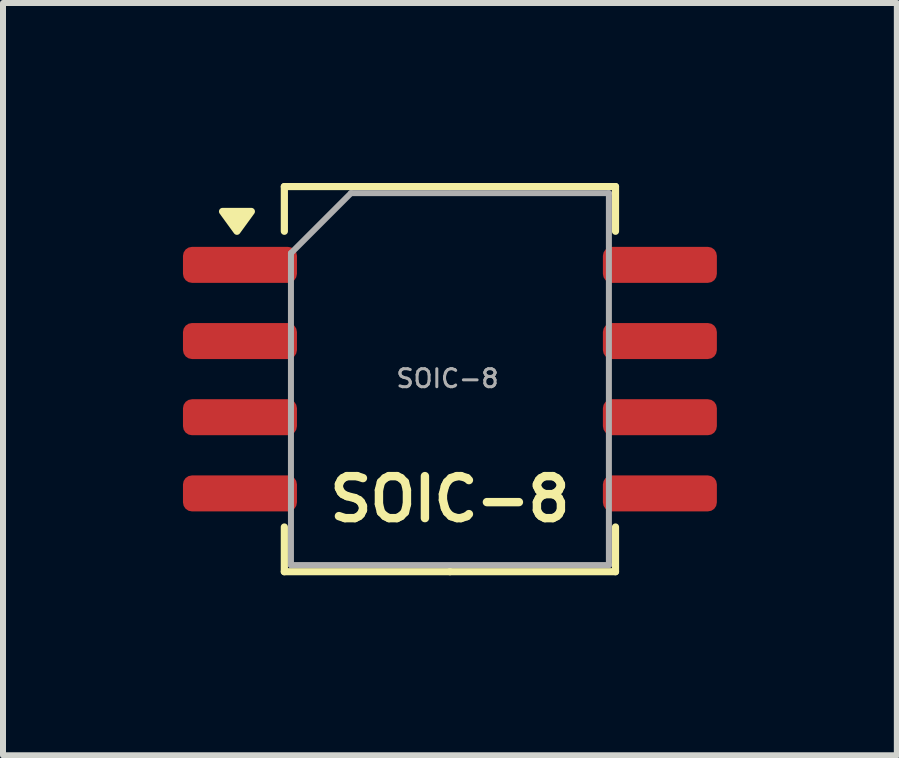
<source format=kicad_pcb>
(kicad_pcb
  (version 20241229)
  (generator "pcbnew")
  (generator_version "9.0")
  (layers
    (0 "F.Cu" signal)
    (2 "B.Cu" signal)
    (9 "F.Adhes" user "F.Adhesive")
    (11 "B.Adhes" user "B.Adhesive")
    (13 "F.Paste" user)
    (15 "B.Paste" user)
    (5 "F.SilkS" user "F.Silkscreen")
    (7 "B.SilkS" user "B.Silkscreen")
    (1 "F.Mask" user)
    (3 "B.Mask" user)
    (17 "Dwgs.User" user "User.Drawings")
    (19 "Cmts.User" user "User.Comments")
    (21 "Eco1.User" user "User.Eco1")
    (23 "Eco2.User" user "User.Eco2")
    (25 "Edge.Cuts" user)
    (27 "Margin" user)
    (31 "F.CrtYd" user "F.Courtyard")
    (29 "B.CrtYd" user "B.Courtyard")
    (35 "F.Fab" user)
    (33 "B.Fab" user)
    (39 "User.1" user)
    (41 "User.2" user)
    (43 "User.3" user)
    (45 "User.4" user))
  (footprint "SOIC-8"
    (layer "F.Cu")
    (at 4.45 3.27)
    (property "Reference" "SOIC-8" (at 0 2 0) (layer "F.SilkS") (effects (font (size 0.7 0.7) (thickness 0.14) (bold yes))))
    (property "Value" "SOIC-8" (at 0 4.05 0) (layer "F.Fab") (hide yes) (effects (font (size 1 1) (thickness 0.15))))
    (attr smd)
    (fp_line (start -2.76 -3.21) (end -2.76 -2.465) (stroke (width 0.12) (type solid)) (layer "F.SilkS"))
    (fp_line (start -2.76 3.21) (end -2.76 2.465) (stroke (width 0.12) (type solid)) (layer "F.SilkS"))
    (fp_line (start 0 -3.21) (end -2.76 -3.21) (stroke (width 0.12) (type solid)) (layer "F.SilkS"))
    (fp_line (start 0 -3.21) (end 2.76 -3.21) (stroke (width 0.12) (type solid)) (layer "F.SilkS"))
    (fp_line (start 0 3.21) (end -2.76 3.21) (stroke (width 0.12) (type solid)) (layer "F.SilkS"))
    (fp_line (start 0 3.21) (end 2.76 3.21) (stroke (width 0.12) (type solid)) (layer "F.SilkS"))
    (fp_line (start 2.76 -3.21) (end 2.76 -2.465) (stroke (width 0.12) (type solid)) (layer "F.SilkS"))
    (fp_line (start 2.76 3.21) (end 2.76 2.465) (stroke (width 0.12) (type solid)) (layer "F.SilkS"))
    (fp_poly (pts (xy -3.55 -2.465) (xy -3.79 -2.795) (xy -3.31 -2.795) (xy -3.55 -2.465)) (stroke (width 0.12) (type solid)) (fill yes) (layer "F.SilkS"))
    (fp_line (start -2.65 -2.1) (end -1.65 -3.1) (stroke (width 0.1) (type solid)) (layer "F.Fab"))
    (fp_line (start -2.65 3.1) (end -2.65 -2.1) (stroke (width 0.1) (type solid)) (layer "F.Fab"))
    (fp_line (start -1.65 -3.1) (end 2.65 -3.1) (stroke (width 0.1) (type solid)) (layer "F.Fab"))
    (fp_line (start 2.65 -3.1) (end 2.65 3.1) (stroke (width 0.1) (type solid)) (layer "F.Fab"))
    (fp_line (start 2.65 3.1) (end -2.65 3.1) (stroke (width 0.1) (type solid)) (layer "F.Fab"))
    (fp_text user "${VALUE}" (at -0.04 -0.01 0) (layer "F.Fab") (effects (font (size 0.3 0.3) (thickness 0.05) (bold yes))))
    (pad "1" smd roundrect (at -3.5 -1.905) (size 1.9 0.6) (layers "F.Cu" "F.Mask" "F.Paste") (roundrect_rratio 0.25))
    (pad "2" smd roundrect (at -3.5 -0.635) (size 1.9 0.6) (layers "F.Cu" "F.Mask" "F.Paste") (roundrect_rratio 0.25))
    (pad "3" smd roundrect (at -3.5 0.635) (size 1.9 0.6) (layers "F.Cu" "F.Mask" "F.Paste") (roundrect_rratio 0.25))
    (pad "4" smd roundrect (at -3.5 1.905) (size 1.9 0.6) (layers "F.Cu" "F.Mask" "F.Paste") (roundrect_rratio 0.25))
    (pad "5" smd roundrect (at 3.5 1.905) (size 1.9 0.6) (layers "F.Cu" "F.Mask" "F.Paste") (roundrect_rratio 0.25))
    (pad "6" smd roundrect (at 3.5 0.635) (size 1.9 0.6) (layers "F.Cu" "F.Mask" "F.Paste") (roundrect_rratio 0.25))
    (pad "7" smd roundrect (at 3.5 -0.635) (size 1.9 0.6) (layers "F.Cu" "F.Mask" "F.Paste") (roundrect_rratio 0.25))
    (pad "8" smd roundrect (at 3.5 -1.905) (size 1.9 0.6) (layers "F.Cu" "F.Mask" "F.Paste") (roundrect_rratio 0.25)))
  (gr_rect
    (start -3 -3)
    (end 11.9 9.54)
    (stroke (width 0.1) (type default))
    (fill no)
    (layer "Edge.Cuts")))
</source>
